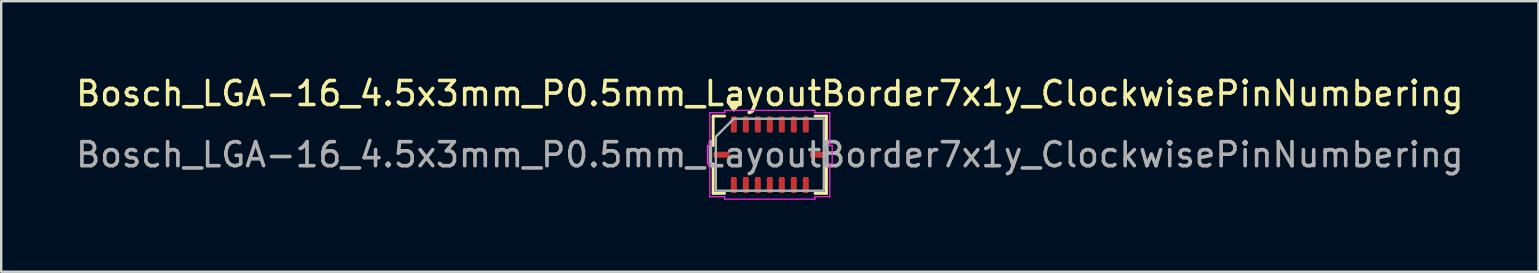
<source format=kicad_pcb>
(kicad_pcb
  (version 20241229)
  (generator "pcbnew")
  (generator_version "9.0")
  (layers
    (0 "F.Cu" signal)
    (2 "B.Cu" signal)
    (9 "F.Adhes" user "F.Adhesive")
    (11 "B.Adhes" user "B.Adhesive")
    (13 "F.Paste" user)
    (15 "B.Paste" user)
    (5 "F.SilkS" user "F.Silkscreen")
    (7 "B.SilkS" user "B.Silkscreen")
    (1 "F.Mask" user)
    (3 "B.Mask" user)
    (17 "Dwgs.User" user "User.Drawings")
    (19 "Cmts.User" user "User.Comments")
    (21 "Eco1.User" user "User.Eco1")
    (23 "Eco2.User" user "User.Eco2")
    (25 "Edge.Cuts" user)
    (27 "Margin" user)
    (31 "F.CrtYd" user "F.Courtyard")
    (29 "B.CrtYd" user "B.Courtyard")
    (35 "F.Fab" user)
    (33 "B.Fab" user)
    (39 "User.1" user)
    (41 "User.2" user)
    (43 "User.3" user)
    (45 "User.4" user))
  (footprint "Bosch_LGA-16_4.5x3mm_P0.5mm_LayoutBorder7x1y_ClockwisePinNumbering"
    (layer "F.Cu")
    (at 29.03 3.398)
    (property "Reference" "Bosch_LGA-16_4.5x3mm_P0.5mm_LayoutBorder7x1y_ClockwisePinNumbering" (at 0 -2.55 0) (layer "F.SilkS") (effects (font (size 1 1) (thickness 0.15))))
    (attr smd)
    (fp_line (start -2.36 -1.61) (end -1.885 -1.61) (stroke (width 0.12) (type solid)) (layer "F.SilkS"))
    (fp_line (start -2.36 -0.385) (end -2.36 -1.61) (stroke (width 0.12) (type solid)) (layer "F.SilkS"))
    (fp_line (start -2.36 1.61) (end -2.36 0.385) (stroke (width 0.12) (type solid)) (layer "F.SilkS"))
    (fp_line (start -1.885 1.61) (end -2.36 1.61) (stroke (width 0.12) (type solid)) (layer "F.SilkS"))
    (fp_line (start 1.885 -1.61) (end 2.36 -1.61) (stroke (width 0.12) (type solid)) (layer "F.SilkS"))
    (fp_line (start 2.36 -1.61) (end 2.36 -0.385) (stroke (width 0.12) (type solid)) (layer "F.SilkS"))
    (fp_line (start 2.36 0.385) (end 2.36 1.61) (stroke (width 0.12) (type solid)) (layer "F.SilkS"))
    (fp_line (start 2.36 1.61) (end 1.885 1.61) (stroke (width 0.12) (type solid)) (layer "F.SilkS"))
    (fp_poly (pts (xy -1.5 -1.86) (xy -1.74 -2.19) (xy -1.26 -2.19)) (stroke (width 0.12) (type solid)) (fill yes) (layer "F.SilkS"))
    (fp_line (start -2.6 -0.38) (end -2.5 -0.38) (stroke (width 0.05) (type solid)) (layer "F.CrtYd"))
    (fp_line (start -2.6 0.38) (end -2.6 -0.38) (stroke (width 0.05) (type solid)) (layer "F.CrtYd"))
    (fp_line (start -2.5 -1.75) (end -1.88 -1.75) (stroke (width 0.05) (type solid)) (layer "F.CrtYd"))
    (fp_line (start -2.5 -0.38) (end -2.5 -1.75) (stroke (width 0.05) (type solid)) (layer "F.CrtYd"))
    (fp_line (start -2.5 0.38) (end -2.6 0.38) (stroke (width 0.05) (type solid)) (layer "F.CrtYd"))
    (fp_line (start -2.5 1.75) (end -2.5 0.38) (stroke (width 0.05) (type solid)) (layer "F.CrtYd"))
    (fp_line (start -1.88 -1.85) (end 1.88 -1.85) (stroke (width 0.05) (type solid)) (layer "F.CrtYd"))
    (fp_line (start -1.88 -1.75) (end -1.88 -1.85) (stroke (width 0.05) (type solid)) (layer "F.CrtYd"))
    (fp_line (start -1.88 1.75) (end -2.5 1.75) (stroke (width 0.05) (type solid)) (layer "F.CrtYd"))
    (fp_line (start -1.88 1.85) (end -1.88 1.75) (stroke (width 0.05) (type solid)) (layer "F.CrtYd"))
    (fp_line (start 1.88 -1.85) (end 1.88 -1.75) (stroke (width 0.05) (type solid)) (layer "F.CrtYd"))
    (fp_line (start 1.88 -1.75) (end 2.5 -1.75) (stroke (width 0.05) (type solid)) (layer "F.CrtYd"))
    (fp_line (start 1.88 1.75) (end 1.88 1.85) (stroke (width 0.05) (type solid)) (layer "F.CrtYd"))
    (fp_line (start 1.88 1.85) (end -1.88 1.85) (stroke (width 0.05) (type solid)) (layer "F.CrtYd"))
    (fp_line (start 2.5 -1.75) (end 2.5 -0.38) (stroke (width 0.05) (type solid)) (layer "F.CrtYd"))
    (fp_line (start 2.5 -0.38) (end 2.6 -0.38) (stroke (width 0.05) (type solid)) (layer "F.CrtYd"))
    (fp_line (start 2.5 0.38) (end 2.5 1.75) (stroke (width 0.05) (type solid)) (layer "F.CrtYd"))
    (fp_line (start 2.5 1.75) (end 1.88 1.75) (stroke (width 0.05) (type solid)) (layer "F.CrtYd"))
    (fp_line (start 2.6 -0.38) (end 2.6 0.38) (stroke (width 0.05) (type solid)) (layer "F.CrtYd"))
    (fp_line (start 2.6 0.38) (end 2.5 0.38) (stroke (width 0.05) (type solid)) (layer "F.CrtYd"))
    (fp_poly (pts (xy -2.25 -0.75) (xy -2.25 1.5) (xy 2.25 1.5) (xy 2.25 -1.5) (xy -1.5 -1.5)) (stroke (width 0.1) (type solid)) (fill no) (layer "F.Fab"))
    (fp_text user "${REFERENCE}" (at 0 0 0) (layer "F.Fab") (effects (font (size 1 1) (thickness 0.15))))
    (pad "1" smd roundrect (at -1.5 -1.262) (size 0.25 0.675) (layers "F.Cu" "F.Mask" "F.Paste") (roundrect_rratio 0.25))
    (pad "2" smd roundrect (at -1 -1.262) (size 0.25 0.675) (layers "F.Cu" "F.Mask" "F.Paste") (roundrect_rratio 0.25))
    (pad "3" smd roundrect (at -0.5 -1.262) (size 0.25 0.675) (layers "F.Cu" "F.Mask" "F.Paste") (roundrect_rratio 0.25))
    (pad "4" smd roundrect (at 0 -1.262) (size 0.25 0.675) (layers "F.Cu" "F.Mask" "F.Paste") (roundrect_rratio 0.25))
    (pad "5" smd roundrect (at 0.5 -1.262) (size 0.25 0.675) (layers "F.Cu" "F.Mask" "F.Paste") (roundrect_rratio 0.25))
    (pad "6" smd roundrect (at 1 -1.262) (size 0.25 0.675) (layers "F.Cu" "F.Mask" "F.Paste") (roundrect_rratio 0.25))
    (pad "7" smd roundrect (at 1.5 -1.262) (size 0.25 0.675) (layers "F.Cu" "F.Mask" "F.Paste") (roundrect_rratio 0.25))
    (pad "8" smd roundrect (at 2.013 0) (size 0.675 0.25) (layers "F.Cu" "F.Mask" "F.Paste") (roundrect_rratio 0.25))
    (pad "9" smd roundrect (at 1.5 1.262) (size 0.25 0.675) (layers "F.Cu" "F.Mask" "F.Paste") (roundrect_rratio 0.25))
    (pad "10" smd roundrect (at 1 1.262) (size 0.25 0.675) (layers "F.Cu" "F.Mask" "F.Paste") (roundrect_rratio 0.25))
    (pad "11" smd roundrect (at 0.5 1.262) (size 0.25 0.675) (layers "F.Cu" "F.Mask" "F.Paste") (roundrect_rratio 0.25))
    (pad "12" smd roundrect (at 0 1.262) (size 0.25 0.675) (layers "F.Cu" "F.Mask" "F.Paste") (roundrect_rratio 0.25))
    (pad "13" smd roundrect (at -0.5 1.262) (size 0.25 0.675) (layers "F.Cu" "F.Mask" "F.Paste") (roundrect_rratio 0.25))
    (pad "14" smd roundrect (at -1 1.262) (size 0.25 0.675) (layers "F.Cu" "F.Mask" "F.Paste") (roundrect_rratio 0.25))
    (pad "15" smd roundrect (at -1.5 1.262) (size 0.25 0.675) (layers "F.Cu" "F.Mask" "F.Paste") (roundrect_rratio 0.25))
    (pad "16" smd roundrect (at -2.013 0) (size 0.675 0.25) (layers "F.Cu" "F.Mask" "F.Paste") (roundrect_rratio 0.25))
    (zone (net_name "") (layer "F.Cu") (name "Keepout") (hatch edge 0.5) (connect_pads) (min_thickness 0.25) (filled_areas_thickness no) (keepout (tracks not_allowed) (vias not_allowed) (pads allowed) (copperpour not_allowed) (footprints allowed)) (placement (enabled no)) (fill) (polygon (pts (xy 27.355 2.473) (xy 30.705 2.473) (xy 30.705 4.323) (xy 27.355 4.323)))))
  (gr_rect
    (start -3 -3)
    (end 61.06 8.273)
    (stroke (width 0.1) (type default))
    (fill no)
    (layer "Edge.Cuts")))
</source>
